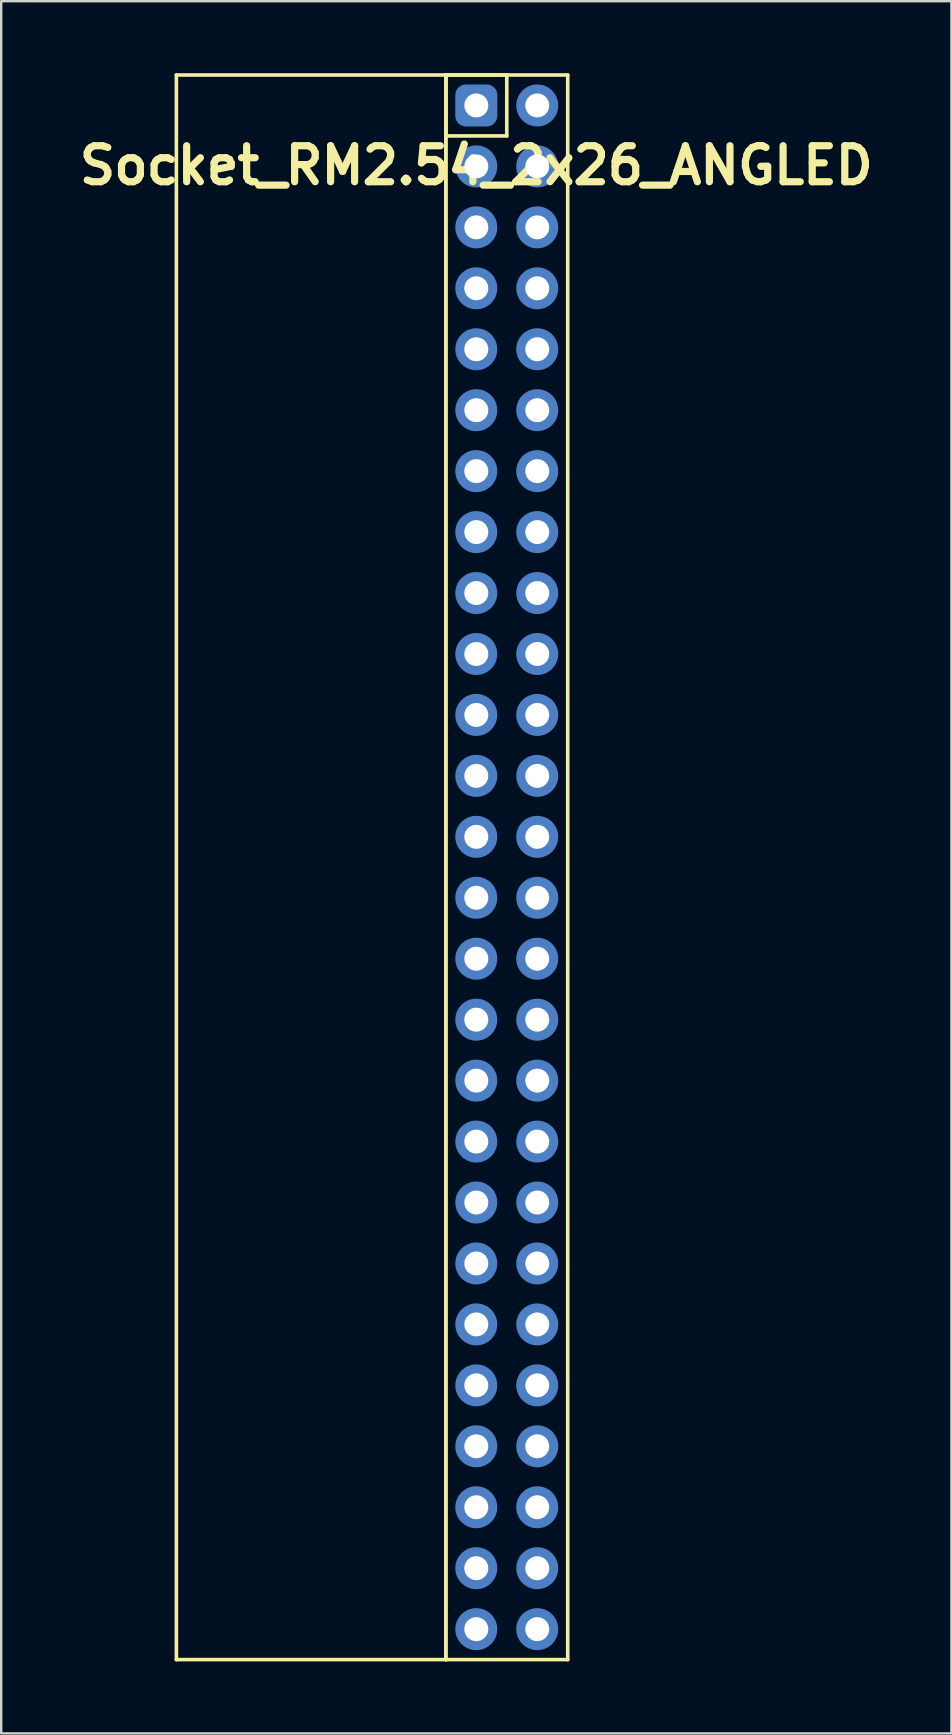
<source format=kicad_pcb>
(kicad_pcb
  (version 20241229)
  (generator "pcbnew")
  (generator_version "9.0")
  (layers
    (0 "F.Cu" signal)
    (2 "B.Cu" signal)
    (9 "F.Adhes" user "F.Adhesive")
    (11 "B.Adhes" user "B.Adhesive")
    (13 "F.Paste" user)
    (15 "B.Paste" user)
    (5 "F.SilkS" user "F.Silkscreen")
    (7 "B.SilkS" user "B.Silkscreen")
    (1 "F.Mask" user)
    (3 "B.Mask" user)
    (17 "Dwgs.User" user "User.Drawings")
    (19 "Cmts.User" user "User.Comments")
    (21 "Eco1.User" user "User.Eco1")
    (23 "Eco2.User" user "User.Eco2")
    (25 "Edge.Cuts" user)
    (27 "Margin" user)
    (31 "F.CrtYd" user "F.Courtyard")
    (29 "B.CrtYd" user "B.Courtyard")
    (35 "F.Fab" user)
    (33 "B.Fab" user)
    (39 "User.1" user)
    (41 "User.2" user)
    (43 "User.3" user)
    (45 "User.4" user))
  (footprint "Socket_RM2.54_2x26_ANGLED"
    (layer "F.Cu")
    (at 16.8 1.345)
    (property "Reference" "Socket_RM2.54_2x26_ANGLED" (at 0 2.5 0) (layer "F.SilkS") (effects (font (size 1.5 1.5) (thickness 0.3))))
    (attr through_hole)
    (fp_line (start -12.5 -1.27) (end -1.27 -1.27) (stroke (width 0.15) (type solid)) (layer "F.SilkS"))
    (fp_line (start -12.5 64.77) (end -12.5 -1.27) (stroke (width 0.15) (type solid)) (layer "F.SilkS"))
    (fp_line (start -1.27 -1.27) (end -1.27 64.77) (stroke (width 0.15) (type solid)) (layer "F.SilkS"))
    (fp_line (start -1.27 -1.27) (end 1.27 -1.27) (stroke (width 0.15) (type solid)) (layer "F.SilkS"))
    (fp_line (start -1.27 -1.27) (end 3.81 -1.27) (stroke (width 0.15) (type solid)) (layer "F.SilkS"))
    (fp_line (start -1.27 1.27) (end -1.27 -1.27) (stroke (width 0.15) (type solid)) (layer "F.SilkS"))
    (fp_line (start -1.27 64.77) (end -12.5 64.77) (stroke (width 0.15) (type solid)) (layer "F.SilkS"))
    (fp_line (start -1.27 64.77) (end -1.27 -1.27) (stroke (width 0.15) (type solid)) (layer "F.SilkS"))
    (fp_line (start 1.27 -1.27) (end 1.27 1.27) (stroke (width 0.15) (type solid)) (layer "F.SilkS"))
    (fp_line (start 1.27 1.27) (end -1.27 1.27) (stroke (width 0.15) (type solid)) (layer "F.SilkS"))
    (fp_line (start 3.81 -1.27) (end 3.81 64.77) (stroke (width 0.15) (type solid)) (layer "F.SilkS"))
    (fp_line (start 3.81 64.77) (end -1.27 64.77) (stroke (width 0.15) (type solid)) (layer "F.SilkS"))
    (pad "1" thru_hole circle (at 0 0) (size 1.3 1.3) (drill 1) (layers "*.Cu" "*.Mask"))
    (pad "1" smd roundrect (at 0 0) (size 1.5 1.5) (layers "F.Cu" "F.Mask") (roundrect_rratio 0.25))
    (pad "1" smd roundrect (at 0 0) (size 1.75 1.75) (layers "B.Cu" "B.Mask") (roundrect_rratio 0.25))
    (pad "2" thru_hole circle (at 2.54 0) (size 1.3 1.3) (drill 1) (layers "*.Cu" "*.Mask"))
    (pad "2" smd circle (at 2.54 0) (size 1.5 1.5) (layers "F.Cu" "F.Mask"))
    (pad "2" smd circle (at 2.54 0) (size 1.75 1.75) (layers "B.Cu" "B.Mask"))
    (pad "3" thru_hole circle (at 0 2.54) (size 1.3 1.3) (drill 1) (layers "*.Cu" "*.Mask"))
    (pad "3" smd circle (at 0 2.54) (size 1.5 1.5) (layers "F.Cu" "F.Mask"))
    (pad "3" smd circle (at 0 2.54) (size 1.75 1.75) (layers "B.Cu" "B.Mask"))
    (pad "4" thru_hole circle (at 2.54 2.54) (size 1.3 1.3) (drill 1) (layers "*.Cu" "*.Mask"))
    (pad "4" smd circle (at 2.54 2.54) (size 1.5 1.5) (layers "F.Cu" "F.Mask"))
    (pad "4" smd circle (at 2.54 2.54) (size 1.75 1.75) (layers "B.Cu" "B.Mask"))
    (pad "5" thru_hole circle (at 0 5.08) (size 1.3 1.3) (drill 1) (layers "*.Cu" "*.Mask"))
    (pad "5" smd circle (at 0 5.08) (size 1.5 1.5) (layers "F.Cu" "F.Mask"))
    (pad "5" smd circle (at 0 5.08) (size 1.75 1.75) (layers "B.Cu" "B.Mask"))
    (pad "6" thru_hole circle (at 2.54 5.08) (size 1.3 1.3) (drill 1) (layers "*.Cu" "*.Mask"))
    (pad "6" smd circle (at 2.54 5.08) (size 1.5 1.5) (layers "F.Cu" "F.Mask"))
    (pad "6" smd circle (at 2.54 5.08) (size 1.75 1.75) (layers "B.Cu" "B.Mask"))
    (pad "7" thru_hole circle (at 0 7.62) (size 1.3 1.3) (drill 1) (layers "*.Cu" "*.Mask"))
    (pad "7" smd circle (at 0 7.62) (size 1.5 1.5) (layers "F.Cu" "F.Mask"))
    (pad "7" smd circle (at 0 7.62) (size 1.75 1.75) (layers "B.Cu" "B.Mask"))
    (pad "8" thru_hole circle (at 2.54 7.62) (size 1.3 1.3) (drill 1) (layers "*.Cu" "*.Mask"))
    (pad "8" smd circle (at 2.54 7.62) (size 1.5 1.5) (layers "F.Cu" "F.Mask"))
    (pad "8" smd circle (at 2.54 7.62) (size 1.75 1.75) (layers "B.Cu" "B.Mask"))
    (pad "9" thru_hole circle (at 0 10.16) (size 1.3 1.3) (drill 1) (layers "*.Cu" "*.Mask"))
    (pad "9" smd circle (at 0 10.16) (size 1.5 1.5) (layers "F.Cu" "F.Mask"))
    (pad "9" smd circle (at 0 10.16) (size 1.75 1.75) (layers "B.Cu" "B.Mask"))
    (pad "10" thru_hole circle (at 2.54 10.16) (size 1.3 1.3) (drill 1) (layers "*.Cu" "*.Mask"))
    (pad "10" smd circle (at 2.54 10.16) (size 1.5 1.5) (layers "F.Cu" "F.Mask"))
    (pad "10" smd circle (at 2.54 10.16) (size 1.75 1.75) (layers "B.Cu" "B.Mask"))
    (pad "11" thru_hole circle (at 0 12.7) (size 1.3 1.3) (drill 1) (layers "*.Cu" "*.Mask"))
    (pad "11" smd circle (at 0 12.7) (size 1.5 1.5) (layers "F.Cu" "F.Mask"))
    (pad "11" smd circle (at 0 12.7) (size 1.75 1.75) (layers "B.Cu" "B.Mask"))
    (pad "12" thru_hole circle (at 2.54 12.7) (size 1.3 1.3) (drill 1) (layers "*.Cu" "*.Mask"))
    (pad "12" smd circle (at 2.54 12.7) (size 1.5 1.5) (layers "F.Cu" "F.Mask"))
    (pad "12" smd circle (at 2.54 12.7) (size 1.75 1.75) (layers "B.Cu" "B.Mask"))
    (pad "13" thru_hole circle (at 0 15.24) (size 1.3 1.3) (drill 1) (layers "*.Cu" "*.Mask"))
    (pad "13" smd circle (at 0 15.24) (size 1.5 1.5) (layers "F.Cu" "F.Mask"))
    (pad "13" smd circle (at 0 15.24) (size 1.75 1.75) (layers "B.Cu" "B.Mask"))
    (pad "14" thru_hole circle (at 2.54 15.24) (size 1.3 1.3) (drill 1) (layers "*.Cu" "*.Mask"))
    (pad "14" smd circle (at 2.54 15.24) (size 1.5 1.5) (layers "F.Cu" "F.Mask"))
    (pad "14" smd circle (at 2.54 15.24) (size 1.75 1.75) (layers "B.Cu" "B.Mask"))
    (pad "15" thru_hole circle (at 0 17.78) (size 1.3 1.3) (drill 1) (layers "*.Cu" "*.Mask"))
    (pad "15" smd circle (at 0 17.78) (size 1.5 1.5) (layers "F.Cu" "F.Mask"))
    (pad "15" smd circle (at 0 17.78) (size 1.75 1.75) (layers "B.Cu" "B.Mask"))
    (pad "16" thru_hole circle (at 2.54 17.78) (size 1.3 1.3) (drill 1) (layers "*.Cu" "*.Mask"))
    (pad "16" smd circle (at 2.54 17.78) (size 1.5 1.5) (layers "F.Cu" "F.Mask"))
    (pad "16" smd circle (at 2.54 17.78) (size 1.75 1.75) (layers "B.Cu" "B.Mask"))
    (pad "17" thru_hole circle (at 0 20.32) (size 1.3 1.3) (drill 1) (layers "*.Cu" "*.Mask"))
    (pad "17" smd circle (at 0 20.32) (size 1.5 1.5) (layers "F.Cu" "F.Mask"))
    (pad "17" smd circle (at 0 20.32) (size 1.75 1.75) (layers "B.Cu" "B.Mask"))
    (pad "18" thru_hole circle (at 2.54 20.32) (size 1.3 1.3) (drill 1) (layers "*.Cu" "*.Mask"))
    (pad "18" smd circle (at 2.54 20.32) (size 1.5 1.5) (layers "F.Cu" "F.Mask"))
    (pad "18" smd circle (at 2.54 20.32) (size 1.75 1.75) (layers "B.Cu" "B.Mask"))
    (pad "19" thru_hole circle (at 0 22.86) (size 1.3 1.3) (drill 1) (layers "*.Cu" "*.Mask"))
    (pad "19" smd circle (at 0 22.86) (size 1.5 1.5) (layers "F.Cu" "F.Mask"))
    (pad "19" smd circle (at 0 22.86) (size 1.75 1.75) (layers "B.Cu" "B.Mask"))
    (pad "20" thru_hole circle (at 2.54 22.86) (size 1.3 1.3) (drill 1) (layers "*.Cu" "*.Mask"))
    (pad "20" smd circle (at 2.54 22.86) (size 1.5 1.5) (layers "F.Cu" "F.Mask"))
    (pad "20" smd circle (at 2.54 22.86) (size 1.75 1.75) (layers "B.Cu" "B.Mask"))
    (pad "21" thru_hole circle (at 0 25.4) (size 1.3 1.3) (drill 1) (layers "*.Cu" "*.Mask"))
    (pad "21" smd circle (at 0 25.4) (size 1.5 1.5) (layers "F.Cu" "F.Mask"))
    (pad "21" smd circle (at 0 25.4) (size 1.75 1.75) (layers "B.Cu" "B.Mask"))
    (pad "22" thru_hole circle (at 2.54 25.4) (size 1.3 1.3) (drill 1) (layers "*.Cu" "*.Mask"))
    (pad "22" smd circle (at 2.54 25.4) (size 1.5 1.5) (layers "F.Cu" "F.Mask"))
    (pad "22" smd circle (at 2.54 25.4) (size 1.75 1.75) (layers "B.Cu" "B.Mask"))
    (pad "23" thru_hole circle (at 0 27.94) (size 1.3 1.3) (drill 1) (layers "*.Cu" "*.Mask"))
    (pad "23" smd circle (at 0 27.94) (size 1.5 1.5) (layers "F.Cu" "F.Mask"))
    (pad "23" smd circle (at 0 27.94) (size 1.75 1.75) (layers "B.Cu" "B.Mask"))
    (pad "24" thru_hole circle (at 2.54 27.94) (size 1.3 1.3) (drill 1) (layers "*.Cu" "*.Mask"))
    (pad "24" smd circle (at 2.54 27.94) (size 1.5 1.5) (layers "F.Cu" "F.Mask"))
    (pad "24" smd circle (at 2.54 27.94) (size 1.75 1.75) (layers "B.Cu" "B.Mask"))
    (pad "25" thru_hole circle (at 0 30.48) (size 1.3 1.3) (drill 1) (layers "*.Cu" "*.Mask"))
    (pad "25" smd circle (at 0 30.48) (size 1.5 1.5) (layers "F.Cu" "F.Mask"))
    (pad "25" smd circle (at 0 30.48) (size 1.75 1.75) (layers "B.Cu" "B.Mask"))
    (pad "26" thru_hole circle (at 2.54 30.48) (size 1.3 1.3) (drill 1) (layers "*.Cu" "*.Mask"))
    (pad "26" smd circle (at 2.54 30.48) (size 1.5 1.5) (layers "F.Cu" "F.Mask"))
    (pad "26" smd circle (at 2.54 30.48) (size 1.75 1.75) (layers "B.Cu" "B.Mask"))
    (pad "27" thru_hole circle (at 0 33.02) (size 1.3 1.3) (drill 1) (layers "*.Cu" "*.Mask"))
    (pad "27" smd circle (at 0 33.02) (size 1.5 1.5) (layers "F.Cu" "F.Mask"))
    (pad "27" smd circle (at 0 33.02) (size 1.75 1.75) (layers "B.Cu" "B.Mask"))
    (pad "28" thru_hole circle (at 2.54 33.02) (size 1.3 1.3) (drill 1) (layers "*.Cu" "*.Mask"))
    (pad "28" smd circle (at 2.54 33.02) (size 1.5 1.5) (layers "F.Cu" "F.Mask"))
    (pad "28" smd circle (at 2.54 33.02) (size 1.75 1.75) (layers "B.Cu" "B.Mask"))
    (pad "29" thru_hole circle (at 0 35.56) (size 1.3 1.3) (drill 1) (layers "*.Cu" "*.Mask"))
    (pad "29" smd circle (at 0 35.56) (size 1.5 1.5) (layers "F.Cu" "F.Mask"))
    (pad "29" smd circle (at 0 35.56) (size 1.75 1.75) (layers "B.Cu" "B.Mask"))
    (pad "30" thru_hole circle (at 2.54 35.56) (size 1.3 1.3) (drill 1) (layers "*.Cu" "*.Mask"))
    (pad "30" smd circle (at 2.54 35.56) (size 1.5 1.5) (layers "F.Cu" "F.Mask"))
    (pad "30" smd circle (at 2.54 35.56) (size 1.75 1.75) (layers "B.Cu" "B.Mask"))
    (pad "31" thru_hole circle (at 0 38.1) (size 1.3 1.3) (drill 1) (layers "*.Cu" "*.Mask"))
    (pad "31" smd circle (at 0 38.1) (size 1.5 1.5) (layers "F.Cu" "F.Mask"))
    (pad "31" smd circle (at 0 38.1) (size 1.75 1.75) (layers "B.Cu" "B.Mask"))
    (pad "32" thru_hole circle (at 2.54 38.1) (size 1.3 1.3) (drill 1) (layers "*.Cu" "*.Mask"))
    (pad "32" smd circle (at 2.54 38.1) (size 1.5 1.5) (layers "F.Cu" "F.Mask"))
    (pad "32" smd circle (at 2.54 38.1) (size 1.75 1.75) (layers "B.Cu" "B.Mask"))
    (pad "33" thru_hole circle (at 0 40.64) (size 1.3 1.3) (drill 1) (layers "*.Cu" "*.Mask"))
    (pad "33" smd circle (at 0 40.64) (size 1.5 1.5) (layers "F.Cu" "F.Mask"))
    (pad "33" smd circle (at 0 40.64) (size 1.75 1.75) (layers "B.Cu" "B.Mask"))
    (pad "34" thru_hole circle (at 2.54 40.64) (size 1.3 1.3) (drill 1) (layers "*.Cu" "*.Mask"))
    (pad "34" smd circle (at 2.54 40.64) (size 1.5 1.5) (layers "F.Cu" "F.Mask"))
    (pad "34" smd circle (at 2.54 40.64) (size 1.75 1.75) (layers "B.Cu" "B.Mask"))
    (pad "35" thru_hole circle (at 0 43.18) (size 1.3 1.3) (drill 1) (layers "*.Cu" "*.Mask"))
    (pad "35" smd circle (at 0 43.18) (size 1.5 1.5) (layers "F.Cu" "F.Mask"))
    (pad "35" smd circle (at 0 43.18) (size 1.75 1.75) (layers "B.Cu" "B.Mask"))
    (pad "36" thru_hole circle (at 2.54 43.18) (size 1.3 1.3) (drill 1) (layers "*.Cu" "*.Mask"))
    (pad "36" smd circle (at 2.54 43.18) (size 1.5 1.5) (layers "F.Cu" "F.Mask"))
    (pad "36" smd circle (at 2.54 43.18) (size 1.75 1.75) (layers "B.Cu" "B.Mask"))
    (pad "37" thru_hole circle (at 0 45.72) (size 1.3 1.3) (drill 1) (layers "*.Cu" "*.Mask"))
    (pad "37" smd circle (at 0 45.72) (size 1.5 1.5) (layers "F.Cu" "F.Mask"))
    (pad "37" smd circle (at 0 45.72) (size 1.75 1.75) (layers "B.Cu" "B.Mask"))
    (pad "38" thru_hole circle (at 2.54 45.72) (size 1.3 1.3) (drill 1) (layers "*.Cu" "*.Mask"))
    (pad "38" smd circle (at 2.54 45.72) (size 1.5 1.5) (layers "F.Cu" "F.Mask"))
    (pad "38" smd circle (at 2.54 45.72) (size 1.75 1.75) (layers "B.Cu" "B.Mask"))
    (pad "39" thru_hole circle (at 0 48.26) (size 1.3 1.3) (drill 1) (layers "*.Cu" "*.Mask"))
    (pad "39" smd circle (at 0 48.26) (size 1.5 1.5) (layers "F.Cu" "F.Mask"))
    (pad "39" smd circle (at 0 48.26) (size 1.75 1.75) (layers "B.Cu" "B.Mask"))
    (pad "40" thru_hole circle (at 2.54 48.26) (size 1.3 1.3) (drill 1) (layers "*.Cu" "*.Mask"))
    (pad "40" smd circle (at 2.54 48.26) (size 1.5 1.5) (layers "F.Cu" "F.Mask"))
    (pad "40" smd circle (at 2.54 48.26) (size 1.75 1.75) (layers "B.Cu" "B.Mask"))
    (pad "41" thru_hole circle (at 0 50.8) (size 1.3 1.3) (drill 1) (layers "*.Cu" "*.Mask"))
    (pad "41" smd circle (at 0 50.8) (size 1.5 1.5) (layers "F.Cu" "F.Mask"))
    (pad "41" smd circle (at 0 50.8) (size 1.75 1.75) (layers "B.Cu" "B.Mask"))
    (pad "42" thru_hole circle (at 2.54 50.8) (size 1.3 1.3) (drill 1) (layers "*.Cu" "*.Mask"))
    (pad "42" smd circle (at 2.54 50.8) (size 1.5 1.5) (layers "F.Cu" "F.Mask"))
    (pad "42" smd circle (at 2.54 50.8) (size 1.75 1.75) (layers "B.Cu" "B.Mask"))
    (pad "43" thru_hole circle (at 0 53.34) (size 1.3 1.3) (drill 1) (layers "*.Cu" "*.Mask"))
    (pad "43" smd circle (at 0 53.34) (size 1.5 1.5) (layers "F.Cu" "F.Mask"))
    (pad "43" smd circle (at 0 53.34) (size 1.75 1.75) (layers "B.Cu" "B.Mask"))
    (pad "44" thru_hole circle (at 2.54 53.34) (size 1.3 1.3) (drill 1) (layers "*.Cu" "*.Mask"))
    (pad "44" smd circle (at 2.54 53.34) (size 1.5 1.5) (layers "F.Cu" "F.Mask"))
    (pad "44" smd circle (at 2.54 53.34) (size 1.75 1.75) (layers "B.Cu" "B.Mask"))
    (pad "45" thru_hole circle (at 0 55.88) (size 1.3 1.3) (drill 1) (layers "*.Cu" "*.Mask"))
    (pad "45" smd circle (at 0 55.88) (size 1.5 1.5) (layers "F.Cu" "F.Mask"))
    (pad "45" smd circle (at 0 55.88) (size 1.75 1.75) (layers "B.Cu" "B.Mask"))
    (pad "46" thru_hole circle (at 2.54 55.88) (size 1.3 1.3) (drill 1) (layers "*.Cu" "*.Mask"))
    (pad "46" smd circle (at 2.54 55.88) (size 1.5 1.5) (layers "F.Cu" "F.Mask"))
    (pad "46" smd circle (at 2.54 55.88) (size 1.75 1.75) (layers "B.Cu" "B.Mask"))
    (pad "47" thru_hole circle (at 0 58.42) (size 1.3 1.3) (drill 1) (layers "*.Cu" "*.Mask"))
    (pad "47" smd circle (at 0 58.42) (size 1.5 1.5) (layers "F.Cu" "F.Mask"))
    (pad "47" smd circle (at 0 58.42) (size 1.75 1.75) (layers "B.Cu" "B.Mask"))
    (pad "48" thru_hole circle (at 2.54 58.42) (size 1.3 1.3) (drill 1) (layers "*.Cu" "*.Mask"))
    (pad "48" smd circle (at 2.54 58.42) (size 1.5 1.5) (layers "F.Cu" "F.Mask"))
    (pad "48" smd circle (at 2.54 58.42) (size 1.75 1.75) (layers "B.Cu" "B.Mask"))
    (pad "49" thru_hole circle (at 0 60.96) (size 1.3 1.3) (drill 1) (layers "*.Cu" "*.Mask"))
    (pad "49" smd circle (at 0 60.96) (size 1.5 1.5) (layers "F.Cu" "F.Mask"))
    (pad "49" smd circle (at 0 60.96) (size 1.75 1.75) (layers "B.Cu" "B.Mask"))
    (pad "50" thru_hole circle (at 2.54 60.96) (size 1.3 1.3) (drill 1) (layers "*.Cu" "*.Mask"))
    (pad "50" smd circle (at 2.54 60.96) (size 1.5 1.5) (layers "F.Cu" "F.Mask"))
    (pad "50" smd circle (at 2.54 60.96) (size 1.75 1.75) (layers "B.Cu" "B.Mask"))
    (pad "51" thru_hole circle (at 0 63.5) (size 1.3 1.3) (drill 1) (layers "*.Cu" "*.Mask"))
    (pad "51" smd circle (at 0 63.5) (size 1.5 1.5) (layers "F.Cu" "F.Mask"))
    (pad "51" smd circle (at 0 63.5) (size 1.75 1.75) (layers "B.Cu" "B.Mask"))
    (pad "52" thru_hole circle (at 2.54 63.5) (size 1.3 1.3) (drill 1) (layers "*.Cu" "*.Mask"))
    (pad "52" smd circle (at 2.54 63.5) (size 1.5 1.5) (layers "F.Cu" "F.Mask"))
    (pad "52" smd circle (at 2.54 63.5) (size 1.75 1.75) (layers "B.Cu" "B.Mask")))
  (gr_rect
    (start -3 -3)
    (end 36.6 69.19)
    (stroke (width 0.1) (type default))
    (fill no)
    (layer "Edge.Cuts")))
</source>
